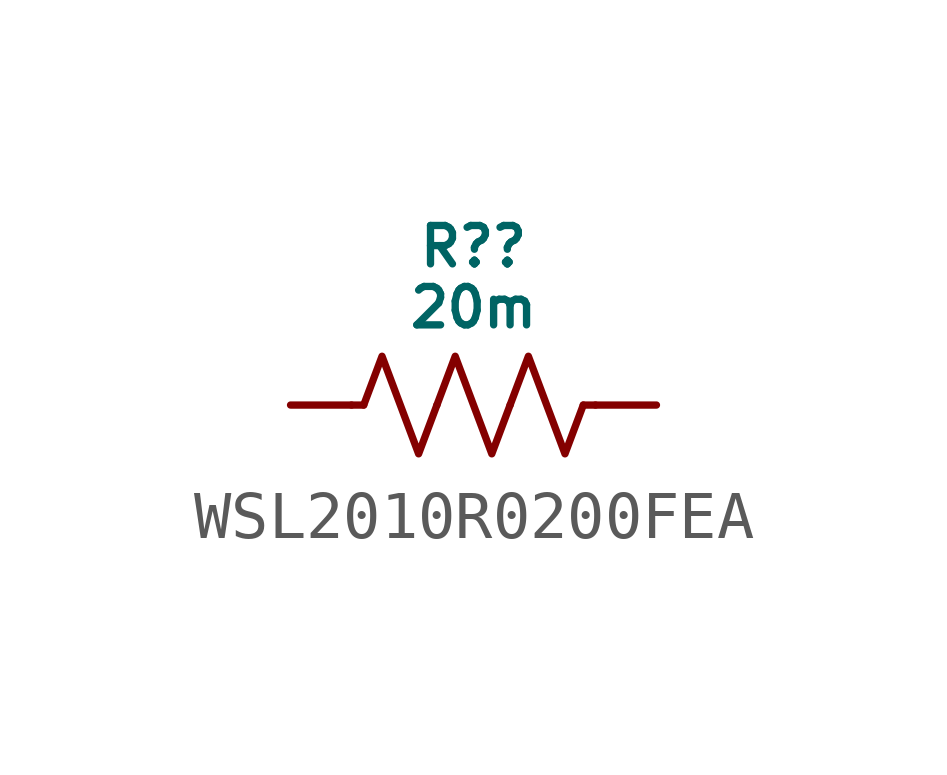
<source format=kicad_sym>
(kicad_symbol_lib
  (version 20231120)
  (generator "kicad_symbol_editor")
  (generator_version "8.0")
  (symbol "WSL2010R0200FEA"
    (pin_numbers hide)
    (pin_names hide)
    (property "Reference" "R?"
      (at 0 3.302 0)
      (do_not_autoplace)
      (effects (font (size 0.8 0.8))))
    (property "Value" "20m"
      (at 0 2.032 0)
      (do_not_autoplace)
      (effects (font (size 0.8 0.8))))
    (symbol "WSL2010R0200FEA_0_1"
      (polyline (pts (xy -2.286 0) (xy -2.54 0)) (stroke (width 0) (type default)) (fill (type none)))
      (polyline (pts (xy 2.286 0) (xy 2.54 0)) (stroke (width 0) (type default)) (fill (type none)))
      (polyline (pts (xy -2.286 0) (xy -1.905 1.016) (xy -1.524 0) (xy -1.143 -1.016) (xy -0.762 0)) (stroke (width 0) (type default)) (fill (type none)))
      (polyline (pts (xy -0.762 0) (xy -0.381 1.016) (xy 0 0) (xy 0.381 -1.016) (xy 0.762 0)) (stroke (width 0) (type default)) (fill (type none)))
      (polyline (pts (xy 0.762 0) (xy 1.143 1.016) (xy 1.524 0) (xy 1.905 -1.016) (xy 2.286 0)) (stroke (width 0) (type default)) (fill (type none))))
    (symbol "WSL2010R0200FEA_1_0"
      (pin passive line (at -3.81 0 0) (length 1.27) (name "" (effects (font (size 0.8 0.8)))) (number "1" (effects (font (size 0.8 0.8)))))
      (pin passive line (at 3.81 0 180) (length 1.27) (name "" (effects (font (size 0.8 0.8)))) (number "2" (effects (font (size 0.8 0.8))))))))
</source>
